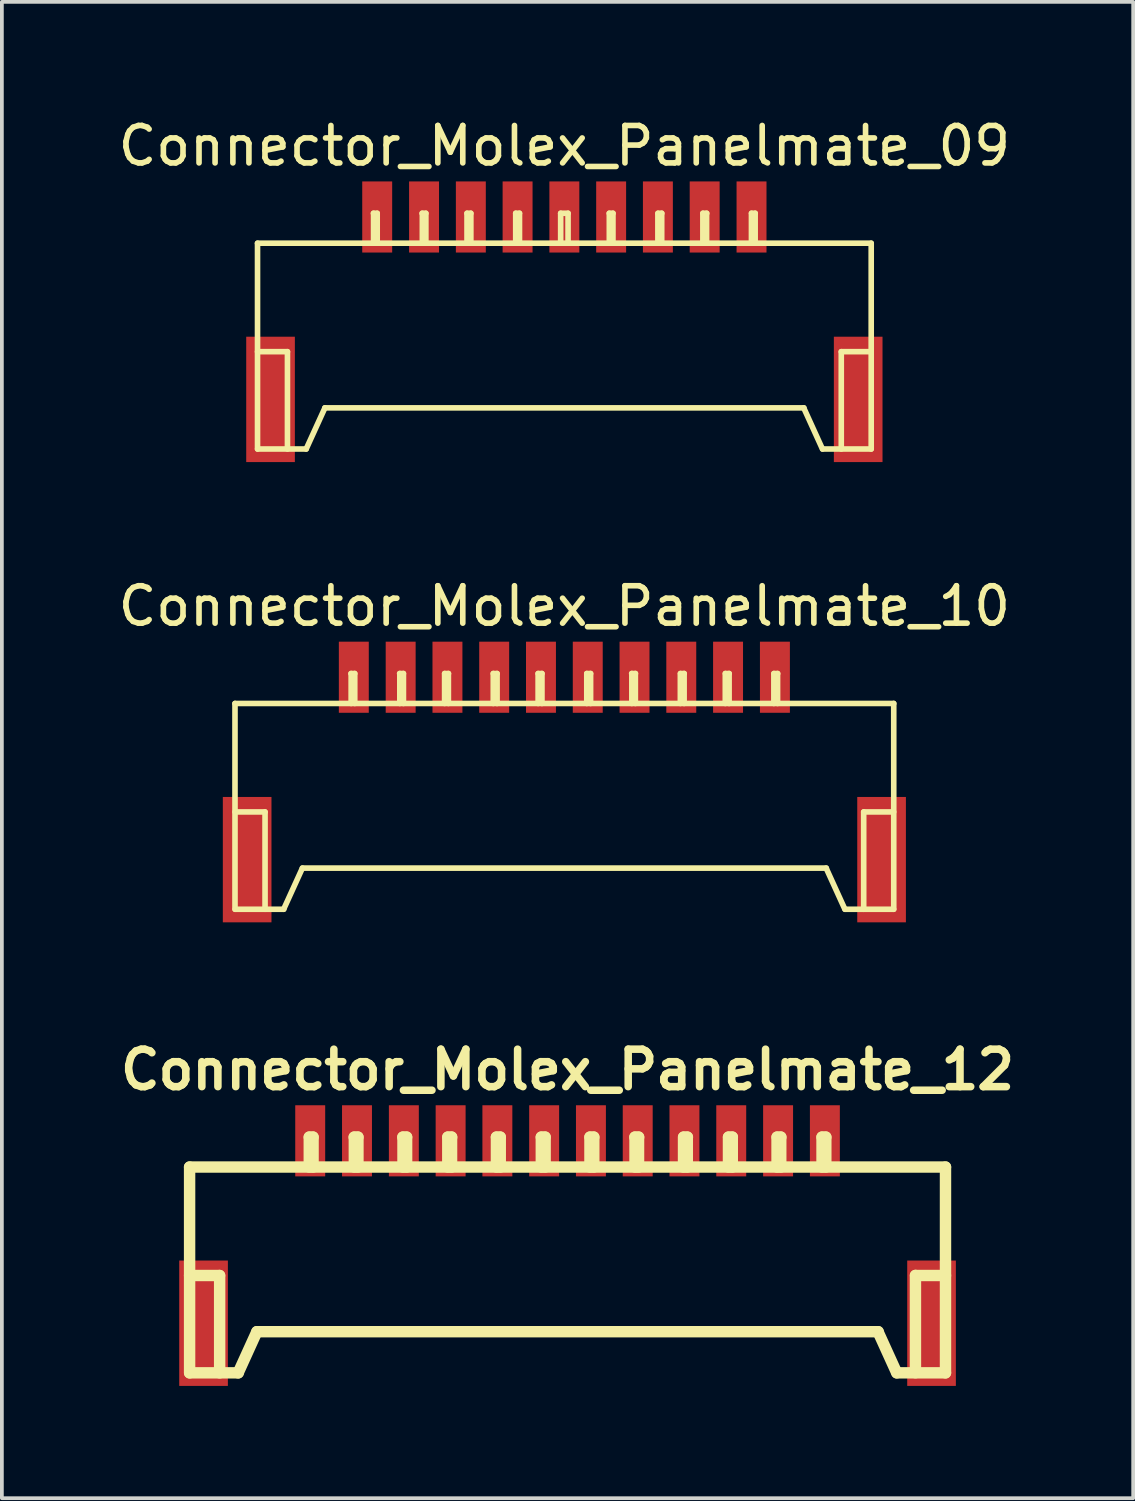
<source format=kicad_pcb>
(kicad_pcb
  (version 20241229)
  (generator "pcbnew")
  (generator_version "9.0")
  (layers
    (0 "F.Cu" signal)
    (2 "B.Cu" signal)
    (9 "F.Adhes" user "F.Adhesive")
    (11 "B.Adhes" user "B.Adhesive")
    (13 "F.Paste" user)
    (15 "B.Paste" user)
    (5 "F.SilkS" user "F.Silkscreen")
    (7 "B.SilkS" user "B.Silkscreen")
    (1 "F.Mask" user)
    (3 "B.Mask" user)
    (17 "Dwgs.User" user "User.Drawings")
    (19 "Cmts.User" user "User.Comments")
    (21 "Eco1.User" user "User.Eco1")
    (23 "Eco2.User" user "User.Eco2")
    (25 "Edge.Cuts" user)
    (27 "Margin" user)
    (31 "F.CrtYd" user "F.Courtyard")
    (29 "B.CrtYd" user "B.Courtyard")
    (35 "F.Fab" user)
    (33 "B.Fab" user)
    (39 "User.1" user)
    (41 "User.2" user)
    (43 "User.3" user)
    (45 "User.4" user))
  (footprint "Connector_Molex_Panelmate_12"
    (layer "F.Cu")
    (at 12.115 30.933)
    (property "Reference" "Connector_Molex_Panelmate_12" (at 0 -5.4 0) (layer "F.SilkS") (effects (font (size 1.001 1.001) (thickness 0.201))))
    (attr through_hole)
    (fp_line (start -10.099 -2.799) (end -10.099 2.7) (stroke (width 0.305) (type solid)) (layer "F.SilkS"))
    (fp_line (start -10.099 -2.799) (end 10.099 -2.799) (stroke (width 0.305) (type solid)) (layer "F.SilkS"))
    (fp_line (start -10.099 0.099) (end -9.299 0.099) (stroke (width 0.305) (type solid)) (layer "F.SilkS"))
    (fp_line (start -9.296 0.099) (end -9.296 2.7) (stroke (width 0.305) (type solid)) (layer "F.SilkS"))
    (fp_line (start -8.801 2.7) (end -8.301 1.6) (stroke (width 0.305) (type solid)) (layer "F.SilkS"))
    (fp_line (start -8.799 2.7) (end -10.097 2.7) (stroke (width 0.305) (type solid)) (layer "F.SilkS"))
    (fp_line (start -6.901 -3.599) (end -6.901 -2.799) (stroke (width 0.305) (type solid)) (layer "F.SilkS"))
    (fp_line (start -6.8 -3.599) (end -6.901 -3.599) (stroke (width 0.305) (type solid)) (layer "F.SilkS"))
    (fp_line (start -6.8 -2.799) (end -6.8 -3.599) (stroke (width 0.305) (type solid)) (layer "F.SilkS"))
    (fp_line (start -5.702 -3.599) (end -5.601 -3.599) (stroke (width 0.305) (type solid)) (layer "F.SilkS"))
    (fp_line (start -5.697 -2.799) (end -5.697 -3.599) (stroke (width 0.305) (type solid)) (layer "F.SilkS"))
    (fp_line (start -5.601 -3.599) (end -5.601 -2.799) (stroke (width 0.305) (type solid)) (layer "F.SilkS"))
    (fp_line (start -4.402 -3.599) (end -4.3 -3.599) (stroke (width 0.305) (type solid)) (layer "F.SilkS"))
    (fp_line (start -4.397 -2.799) (end -4.397 -3.599) (stroke (width 0.305) (type solid)) (layer "F.SilkS"))
    (fp_line (start -4.3 -3.599) (end -4.3 -2.799) (stroke (width 0.305) (type solid)) (layer "F.SilkS"))
    (fp_line (start -3.2 -3.599) (end -3.2 -2.799) (stroke (width 0.305) (type solid)) (layer "F.SilkS"))
    (fp_line (start -3.099 -3.599) (end -3.099 -2.799) (stroke (width 0.305) (type solid)) (layer "F.SilkS"))
    (fp_line (start -3.096 -3.599) (end -3.198 -3.599) (stroke (width 0.305) (type solid)) (layer "F.SilkS"))
    (fp_line (start -1.9 -3.599) (end -1.798 -3.599) (stroke (width 0.305) (type solid)) (layer "F.SilkS"))
    (fp_line (start -1.9 -2.799) (end -1.9 -3.599) (stroke (width 0.305) (type solid)) (layer "F.SilkS"))
    (fp_line (start -1.798 -3.599) (end -1.798 -2.799) (stroke (width 0.305) (type solid)) (layer "F.SilkS"))
    (fp_line (start -0.701 -3.599) (end -0.599 -3.599) (stroke (width 0.305) (type solid)) (layer "F.SilkS"))
    (fp_line (start -0.701 -2.799) (end -0.701 -3.599) (stroke (width 0.305) (type solid)) (layer "F.SilkS"))
    (fp_line (start -0.599 -3.599) (end -0.599 -2.799) (stroke (width 0.305) (type solid)) (layer "F.SilkS"))
    (fp_line (start 0.599 -3.599) (end 0.599 -2.799) (stroke (width 0.305) (type solid)) (layer "F.SilkS"))
    (fp_line (start 0.701 -3.599) (end 0.599 -3.599) (stroke (width 0.305) (type solid)) (layer "F.SilkS"))
    (fp_line (start 0.701 -2.799) (end 0.701 -3.599) (stroke (width 0.305) (type solid)) (layer "F.SilkS"))
    (fp_line (start 1.803 -3.599) (end 1.803 -2.799) (stroke (width 0.305) (type solid)) (layer "F.SilkS"))
    (fp_line (start 1.897 -3.599) (end 1.897 -2.799) (stroke (width 0.305) (type solid)) (layer "F.SilkS"))
    (fp_line (start 1.9 -3.599) (end 1.798 -3.599) (stroke (width 0.305) (type solid)) (layer "F.SilkS"))
    (fp_line (start 3.099 -3.599) (end 3.099 -2.799) (stroke (width 0.305) (type solid)) (layer "F.SilkS"))
    (fp_line (start 3.104 -3.599) (end 3.203 -3.599) (stroke (width 0.305) (type solid)) (layer "F.SilkS"))
    (fp_line (start 3.2 -2.799) (end 3.2 -3.599) (stroke (width 0.305) (type solid)) (layer "F.SilkS"))
    (fp_line (start 4.3 -3.599) (end 4.3 -2.799) (stroke (width 0.305) (type solid)) (layer "F.SilkS"))
    (fp_line (start 4.402 -2.799) (end 4.402 -3.599) (stroke (width 0.305) (type solid)) (layer "F.SilkS"))
    (fp_line (start 4.404 -3.599) (end 4.303 -3.599) (stroke (width 0.305) (type solid)) (layer "F.SilkS"))
    (fp_line (start 5.598 -3.599) (end 5.598 -2.799) (stroke (width 0.305) (type solid)) (layer "F.SilkS"))
    (fp_line (start 5.601 -3.599) (end 5.7 -3.599) (stroke (width 0.305) (type solid)) (layer "F.SilkS"))
    (fp_line (start 5.697 -2.799) (end 5.697 -3.599) (stroke (width 0.305) (type solid)) (layer "F.SilkS"))
    (fp_line (start 6.8 -3.599) (end 6.901 -3.599) (stroke (width 0.305) (type solid)) (layer "F.SilkS"))
    (fp_line (start 6.8 -2.799) (end 6.8 -3.599) (stroke (width 0.305) (type solid)) (layer "F.SilkS"))
    (fp_line (start 6.901 -3.599) (end 6.901 -2.799) (stroke (width 0.305) (type solid)) (layer "F.SilkS"))
    (fp_line (start 8.296 1.6) (end 8.796 2.7) (stroke (width 0.305) (type solid)) (layer "F.SilkS"))
    (fp_line (start 8.301 1.6) (end -8.301 1.6) (stroke (width 0.305) (type solid)) (layer "F.SilkS"))
    (fp_line (start 8.801 2.7) (end 10.099 2.7) (stroke (width 0.305) (type solid)) (layer "F.SilkS"))
    (fp_line (start 9.296 0.097) (end 9.296 2.697) (stroke (width 0.305) (type solid)) (layer "F.SilkS"))
    (fp_line (start 10.099 -2.799) (end 10.099 2.7) (stroke (width 0.305) (type solid)) (layer "F.SilkS"))
    (fp_line (start 10.099 0.099) (end 9.299 0.099) (stroke (width 0.305) (type solid)) (layer "F.SilkS"))
    (pad "1" smd rect (at -6.876 -3.5) (size 0.8 1.9) (layers "F.Cu" "F.Mask" "F.Paste"))
    (pad "2" smd rect (at -5.626 -3.5) (size 0.8 1.9) (layers "F.Cu" "F.Mask" "F.Paste"))
    (pad "3" smd rect (at -4.374 -3.5) (size 0.8 1.9) (layers "F.Cu" "F.Mask" "F.Paste"))
    (pad "4" smd rect (at -3.124 -3.5) (size 0.8 1.9) (layers "F.Cu" "F.Mask" "F.Paste"))
    (pad "5" smd rect (at -1.875 -3.5) (size 0.8 1.9) (layers "F.Cu" "F.Mask" "F.Paste"))
    (pad "6" smd rect (at -0.625 -3.5) (size 0.8 1.9) (layers "F.Cu" "F.Mask" "F.Paste"))
    (pad "7" smd rect (at 0.625 -3.5) (size 0.8 1.9) (layers "F.Cu" "F.Mask" "F.Paste"))
    (pad "8" smd rect (at 1.875 -3.5) (size 0.8 1.9) (layers "F.Cu" "F.Mask" "F.Paste"))
    (pad "9" smd rect (at 3.124 -3.5) (size 0.8 1.9) (layers "F.Cu" "F.Mask" "F.Paste"))
    (pad "10" smd rect (at 4.374 -3.5) (size 0.8 1.9) (layers "F.Cu" "F.Mask" "F.Paste"))
    (pad "11" smd rect (at 5.626 -3.5) (size 0.8 1.9) (layers "F.Cu" "F.Mask" "F.Paste"))
    (pad "12" smd rect (at 6.876 -3.5) (size 0.8 1.9) (layers "F.Cu" "F.Mask" "F.Paste"))
    (pad "13" smd rect (at -9.726 1.374) (size 1.3 3.35) (layers "F.Cu" "F.Mask" "F.Paste"))
    (pad "13" smd rect (at 9.726 1.374) (size 1.3 3.35) (layers "F.Cu" "F.Mask" "F.Paste")))
  (footprint "Connector_Molex_Panelmate_09"
    (layer "F.Cu")
    (at 12.03 6.248)
    (property "Reference" "Connector_Molex_Panelmate_09" (at 0 -5.4 0) (layer "F.SilkS") (effects (font (size 1 1) (thickness 0.15))))
    (attr smd)
    (fp_line (start -8.199 -2.799) (end -8.199 2.7) (stroke (width 0.15) (type solid)) (layer "F.SilkS"))
    (fp_line (start -8.199 0.099) (end -7.399 0.099) (stroke (width 0.15) (type solid)) (layer "F.SilkS"))
    (fp_line (start -7.399 0.099) (end -7.399 2.7) (stroke (width 0.15) (type solid)) (layer "F.SilkS"))
    (fp_line (start -6.899 2.7) (end -8.197 2.7) (stroke (width 0.15) (type solid)) (layer "F.SilkS"))
    (fp_line (start -6.899 2.7) (end -6.398 1.6) (stroke (width 0.15) (type solid)) (layer "F.SilkS"))
    (fp_line (start -6.401 1.6) (end 6.401 1.6) (stroke (width 0.15) (type solid)) (layer "F.SilkS"))
    (fp_line (start -5.103 -3.599) (end -5.001 -3.599) (stroke (width 0.15) (type solid)) (layer "F.SilkS"))
    (fp_line (start -5.098 -2.799) (end -5.098 -3.599) (stroke (width 0.15) (type solid)) (layer "F.SilkS"))
    (fp_line (start -5.001 -3.599) (end -5.001 -2.799) (stroke (width 0.15) (type solid)) (layer "F.SilkS"))
    (fp_line (start -3.802 -3.599) (end -3.701 -3.599) (stroke (width 0.15) (type solid)) (layer "F.SilkS"))
    (fp_line (start -3.795 -2.799) (end -3.795 -3.599) (stroke (width 0.15) (type solid)) (layer "F.SilkS"))
    (fp_line (start -3.701 -3.599) (end -3.701 -2.799) (stroke (width 0.15) (type solid)) (layer "F.SilkS"))
    (fp_line (start -2.601 -3.599) (end -2.601 -2.799) (stroke (width 0.15) (type solid)) (layer "F.SilkS"))
    (fp_line (start -2.499 -3.599) (end -2.601 -3.599) (stroke (width 0.15) (type solid)) (layer "F.SilkS"))
    (fp_line (start -2.499 -3.599) (end -2.499 -2.799) (stroke (width 0.15) (type solid)) (layer "F.SilkS"))
    (fp_line (start -1.3 -3.599) (end -1.199 -3.599) (stroke (width 0.15) (type solid)) (layer "F.SilkS"))
    (fp_line (start -1.3 -2.799) (end -1.3 -3.599) (stroke (width 0.15) (type solid)) (layer "F.SilkS"))
    (fp_line (start -1.199 -3.599) (end -1.199 -2.799) (stroke (width 0.15) (type solid)) (layer "F.SilkS"))
    (fp_line (start -0.099 -3.599) (end 0.099 -3.599) (stroke (width 0.15) (type solid)) (layer "F.SilkS"))
    (fp_line (start -0.099 -2.799) (end -0.099 -3.599) (stroke (width 0.15) (type solid)) (layer "F.SilkS"))
    (fp_line (start 0.099 -3.599) (end 0.099 -2.799) (stroke (width 0.15) (type solid)) (layer "F.SilkS"))
    (fp_line (start 1.201 -3.599) (end 1.201 -2.799) (stroke (width 0.15) (type solid)) (layer "F.SilkS"))
    (fp_line (start 1.298 -3.599) (end 1.298 -2.799) (stroke (width 0.15) (type solid)) (layer "F.SilkS"))
    (fp_line (start 1.3 -3.599) (end 1.199 -3.599) (stroke (width 0.15) (type solid)) (layer "F.SilkS"))
    (fp_line (start 2.499 -3.599) (end 2.499 -2.799) (stroke (width 0.15) (type solid)) (layer "F.SilkS"))
    (fp_line (start 2.504 -3.599) (end 2.603 -3.599) (stroke (width 0.15) (type solid)) (layer "F.SilkS"))
    (fp_line (start 2.601 -2.799) (end 2.601 -3.599) (stroke (width 0.15) (type solid)) (layer "F.SilkS"))
    (fp_line (start 3.701 -3.599) (end 3.701 -2.799) (stroke (width 0.15) (type solid)) (layer "F.SilkS"))
    (fp_line (start 3.8 -2.799) (end 3.8 -3.599) (stroke (width 0.15) (type solid)) (layer "F.SilkS"))
    (fp_line (start 3.805 -3.599) (end 3.703 -3.599) (stroke (width 0.15) (type solid)) (layer "F.SilkS"))
    (fp_line (start 4.999 -3.599) (end 4.999 -2.799) (stroke (width 0.15) (type solid)) (layer "F.SilkS"))
    (fp_line (start 5.001 -3.599) (end 5.1 -3.599) (stroke (width 0.15) (type solid)) (layer "F.SilkS"))
    (fp_line (start 5.098 -2.799) (end 5.098 -3.599) (stroke (width 0.15) (type solid)) (layer "F.SilkS"))
    (fp_line (start 6.396 1.6) (end 6.896 2.7) (stroke (width 0.15) (type solid)) (layer "F.SilkS"))
    (fp_line (start 6.901 2.7) (end 8.199 2.7) (stroke (width 0.15) (type solid)) (layer "F.SilkS"))
    (fp_line (start 7.399 0.099) (end 7.399 2.7) (stroke (width 0.15) (type solid)) (layer "F.SilkS"))
    (fp_line (start 8.199 -2.799) (end -8.199 -2.799) (stroke (width 0.15) (type solid)) (layer "F.SilkS"))
    (fp_line (start 8.199 -2.799) (end 8.199 2.7) (stroke (width 0.15) (type solid)) (layer "F.SilkS"))
    (fp_line (start 8.199 0.099) (end 7.399 0.099) (stroke (width 0.15) (type solid)) (layer "F.SilkS"))
    (pad "1" smd rect (at -5.001 -3.5) (size 0.8 1.9) (layers "F.Cu" "F.Mask" "F.Paste"))
    (pad "2" smd rect (at -3.749 -3.5) (size 0.8 1.9) (layers "F.Cu" "F.Mask" "F.Paste"))
    (pad "3" smd rect (at -2.499 -3.5) (size 0.8 1.9) (layers "F.Cu" "F.Mask" "F.Paste"))
    (pad "4" smd rect (at -1.25 -3.5) (size 0.8 1.9) (layers "F.Cu" "F.Mask" "F.Paste"))
    (pad "5" smd rect (at 0 -3.5) (size 0.8 1.9) (layers "F.Cu" "F.Mask" "F.Paste"))
    (pad "6" smd rect (at 1.25 -3.5) (size 0.8 1.9) (layers "F.Cu" "F.Mask" "F.Paste"))
    (pad "7" smd rect (at 2.499 -3.5) (size 0.8 1.9) (layers "F.Cu" "F.Mask" "F.Paste"))
    (pad "8" smd rect (at 3.749 -3.5) (size 0.8 1.9) (layers "F.Cu" "F.Mask" "F.Paste"))
    (pad "9" smd rect (at 5.001 -3.5) (size 0.8 1.9) (layers "F.Cu" "F.Mask" "F.Paste"))
    (pad "10" smd rect (at -7.851 1.374) (size 1.3 3.35) (layers "F.Cu" "F.Mask" "F.Paste"))
    (pad "10" smd rect (at 7.851 1.374) (size 1.3 3.35) (layers "F.Cu" "F.Mask" "F.Paste")))
  (footprint "Connector_Molex_Panelmate_10"
    (layer "F.Cu")
    (at 12.03 18.546)
    (property "Reference" "Connector_Molex_Panelmate_10" (at 0 -5.4 0) (layer "F.SilkS") (effects (font (size 1 1) (thickness 0.15))))
    (attr smd)
    (fp_line (start -8.801 -2.799) (end -8.801 2.7) (stroke (width 0.15) (type solid)) (layer "F.SilkS"))
    (fp_line (start -8.801 -2.799) (end 8.801 -2.799) (stroke (width 0.15) (type solid)) (layer "F.SilkS"))
    (fp_line (start -8.799 0.099) (end -7.998 0.099) (stroke (width 0.15) (type solid)) (layer "F.SilkS"))
    (fp_line (start -7.998 0.099) (end -7.998 2.7) (stroke (width 0.15) (type solid)) (layer "F.SilkS"))
    (fp_line (start -7.501 2.7) (end -7 1.6) (stroke (width 0.15) (type solid)) (layer "F.SilkS"))
    (fp_line (start -7.498 2.7) (end -8.796 2.7) (stroke (width 0.15) (type solid)) (layer "F.SilkS"))
    (fp_line (start -5.702 -3.599) (end -5.601 -3.599) (stroke (width 0.15) (type solid)) (layer "F.SilkS"))
    (fp_line (start -5.697 -2.799) (end -5.697 -3.599) (stroke (width 0.15) (type solid)) (layer "F.SilkS"))
    (fp_line (start -5.601 -3.599) (end -5.601 -2.799) (stroke (width 0.15) (type solid)) (layer "F.SilkS"))
    (fp_line (start -4.402 -3.599) (end -4.3 -3.599) (stroke (width 0.15) (type solid)) (layer "F.SilkS"))
    (fp_line (start -4.397 -2.799) (end -4.397 -3.599) (stroke (width 0.15) (type solid)) (layer "F.SilkS"))
    (fp_line (start -4.3 -3.599) (end -4.3 -2.799) (stroke (width 0.15) (type solid)) (layer "F.SilkS"))
    (fp_line (start -3.2 -3.599) (end -3.2 -2.799) (stroke (width 0.15) (type solid)) (layer "F.SilkS"))
    (fp_line (start -3.099 -3.599) (end -3.099 -2.799) (stroke (width 0.15) (type solid)) (layer "F.SilkS"))
    (fp_line (start -3.096 -3.599) (end -3.198 -3.599) (stroke (width 0.15) (type solid)) (layer "F.SilkS"))
    (fp_line (start -1.9 -3.599) (end -1.798 -3.599) (stroke (width 0.15) (type solid)) (layer "F.SilkS"))
    (fp_line (start -1.9 -2.799) (end -1.9 -3.599) (stroke (width 0.15) (type solid)) (layer "F.SilkS"))
    (fp_line (start -1.798 -3.599) (end -1.798 -2.799) (stroke (width 0.15) (type solid)) (layer "F.SilkS"))
    (fp_line (start -0.701 -3.599) (end -0.599 -3.599) (stroke (width 0.15) (type solid)) (layer "F.SilkS"))
    (fp_line (start -0.701 -2.799) (end -0.701 -3.599) (stroke (width 0.15) (type solid)) (layer "F.SilkS"))
    (fp_line (start -0.599 -3.599) (end -0.599 -2.799) (stroke (width 0.15) (type solid)) (layer "F.SilkS"))
    (fp_line (start 0.599 -3.599) (end 0.599 -2.799) (stroke (width 0.15) (type solid)) (layer "F.SilkS"))
    (fp_line (start 0.701 -3.599) (end 0.599 -3.599) (stroke (width 0.15) (type solid)) (layer "F.SilkS"))
    (fp_line (start 0.701 -2.799) (end 0.701 -3.599) (stroke (width 0.15) (type solid)) (layer "F.SilkS"))
    (fp_line (start 1.803 -3.599) (end 1.803 -2.799) (stroke (width 0.15) (type solid)) (layer "F.SilkS"))
    (fp_line (start 1.897 -3.599) (end 1.897 -2.799) (stroke (width 0.15) (type solid)) (layer "F.SilkS"))
    (fp_line (start 1.9 -3.599) (end 1.798 -3.599) (stroke (width 0.15) (type solid)) (layer "F.SilkS"))
    (fp_line (start 3.099 -3.599) (end 3.099 -2.799) (stroke (width 0.15) (type solid)) (layer "F.SilkS"))
    (fp_line (start 3.104 -3.599) (end 3.203 -3.599) (stroke (width 0.15) (type solid)) (layer "F.SilkS"))
    (fp_line (start 3.2 -2.799) (end 3.2 -3.599) (stroke (width 0.15) (type solid)) (layer "F.SilkS"))
    (fp_line (start 4.3 -3.599) (end 4.3 -2.799) (stroke (width 0.15) (type solid)) (layer "F.SilkS"))
    (fp_line (start 4.402 -2.799) (end 4.402 -3.599) (stroke (width 0.15) (type solid)) (layer "F.SilkS"))
    (fp_line (start 4.404 -3.599) (end 4.303 -3.599) (stroke (width 0.15) (type solid)) (layer "F.SilkS"))
    (fp_line (start 5.598 -3.599) (end 5.598 -2.799) (stroke (width 0.15) (type solid)) (layer "F.SilkS"))
    (fp_line (start 5.601 -3.599) (end 5.7 -3.599) (stroke (width 0.15) (type solid)) (layer "F.SilkS"))
    (fp_line (start 5.697 -2.799) (end 5.697 -3.599) (stroke (width 0.15) (type solid)) (layer "F.SilkS"))
    (fp_line (start 6.995 1.6) (end 7.496 2.7) (stroke (width 0.15) (type solid)) (layer "F.SilkS"))
    (fp_line (start 7 1.6) (end -7 1.6) (stroke (width 0.15) (type solid)) (layer "F.SilkS"))
    (fp_line (start 7.501 2.7) (end 8.799 2.7) (stroke (width 0.15) (type solid)) (layer "F.SilkS"))
    (fp_line (start 7.998 0.099) (end 7.998 2.7) (stroke (width 0.15) (type solid)) (layer "F.SilkS"))
    (fp_line (start 8.799 0.099) (end 7.998 0.099) (stroke (width 0.15) (type solid)) (layer "F.SilkS"))
    (fp_line (start 8.801 -2.799) (end 8.801 2.7) (stroke (width 0.15) (type solid)) (layer "F.SilkS"))
    (pad "1" smd rect (at -5.626 -3.5) (size 0.8 1.9) (layers "F.Cu" "F.Mask" "F.Paste"))
    (pad "2" smd rect (at -4.374 -3.5) (size 0.8 1.9) (layers "F.Cu" "F.Mask" "F.Paste"))
    (pad "3" smd rect (at -3.124 -3.5) (size 0.8 1.9) (layers "F.Cu" "F.Mask" "F.Paste"))
    (pad "4" smd rect (at -1.875 -3.5) (size 0.8 1.9) (layers "F.Cu" "F.Mask" "F.Paste"))
    (pad "5" smd rect (at -0.625 -3.5) (size 0.8 1.9) (layers "F.Cu" "F.Mask" "F.Paste"))
    (pad "6" smd rect (at 0.625 -3.5) (size 0.8 1.9) (layers "F.Cu" "F.Mask" "F.Paste"))
    (pad "7" smd rect (at 1.875 -3.5) (size 0.8 1.9) (layers "F.Cu" "F.Mask" "F.Paste"))
    (pad "8" smd rect (at 3.124 -3.5) (size 0.8 1.9) (layers "F.Cu" "F.Mask" "F.Paste"))
    (pad "9" smd rect (at 4.374 -3.5) (size 0.8 1.9) (layers "F.Cu" "F.Mask" "F.Paste"))
    (pad "10" smd rect (at 5.626 -3.5) (size 0.8 1.9) (layers "F.Cu" "F.Mask" "F.Paste"))
    (pad "11" smd rect (at -8.476 1.374) (size 1.3 3.35) (layers "F.Cu" "F.Mask" "F.Paste"))
    (pad "11" smd rect (at 8.476 1.374) (size 1.3 3.35) (layers "F.Cu" "F.Mask" "F.Paste")))
  (gr_rect
    (start -3 -3)
    (end 27.229 36.982)
    (stroke (width 0.1) (type default))
    (fill no)
    (layer "Edge.Cuts")))
</source>
